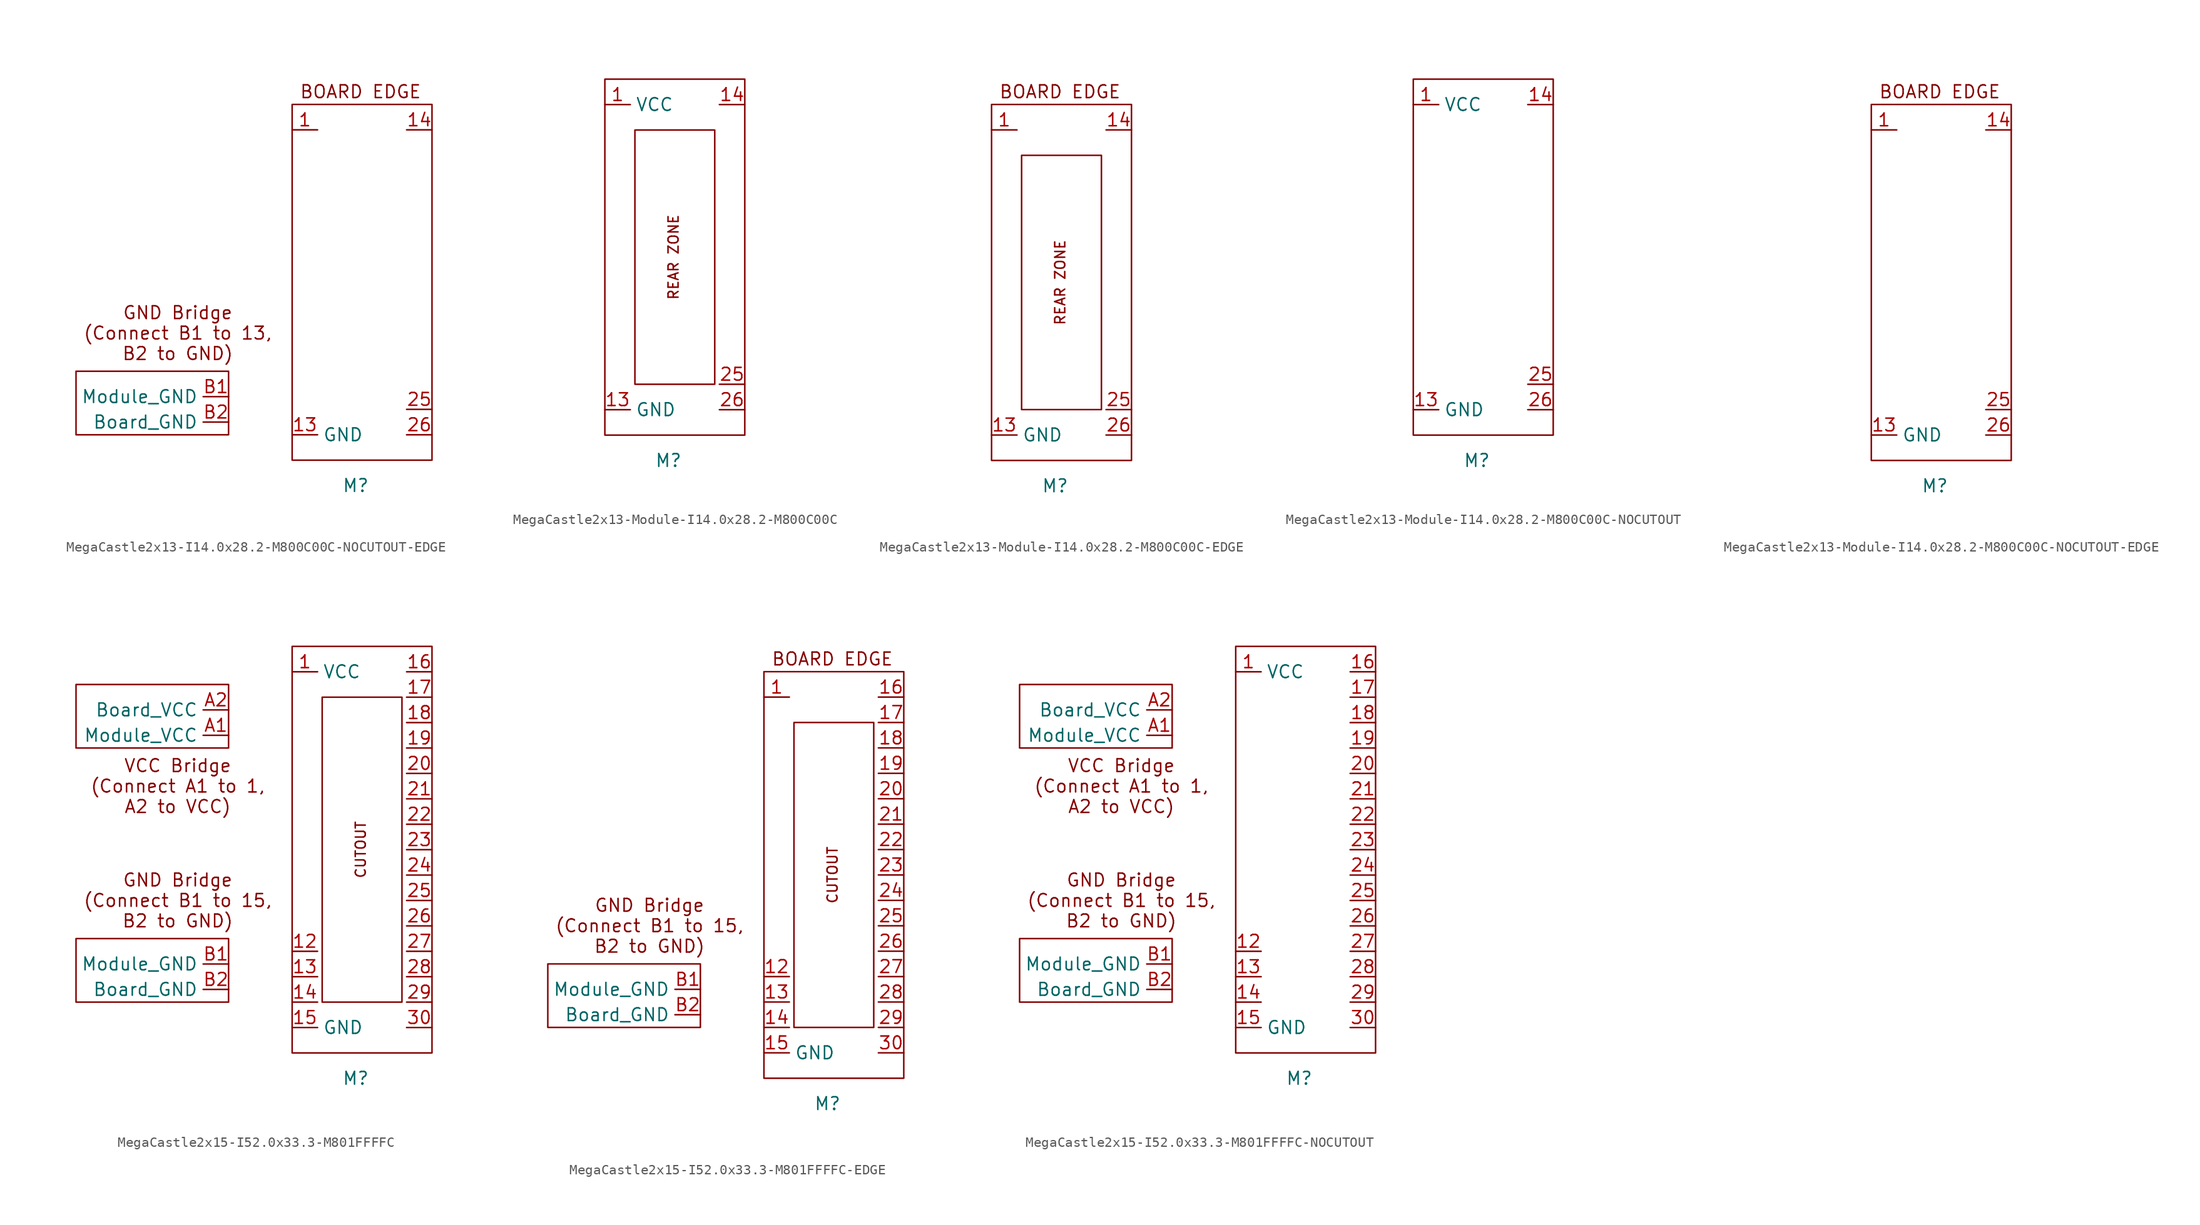
<source format=kicad_sym>
(kicad_symbol_lib
  (version 20231120)
  (generator "kicad_symbol_editor")
  (generator_version "8.0")
  (symbol "MegaCastle2x13-I14.0x28.2-M800C00C-NOCUTOUT-EDGE"
    (property "Reference" "M"
      (at 0 -20.32 0)
      (effects (font (size 1.27 1.27))))
    (property "Value" ""
      (at 0 5.08 0)
      (effects (font (size 1.27 1.27))))
    (symbol "MegaCastle2x13-I14.0x28.2-M800C00C-NOCUTOUT-EDGE_0_1"
      (rectangle (start -27.94 -8.89) (end -12.7 -15.24) (stroke (width 0) (type default)) (fill (type none)))
      (rectangle (start -6.35 17.78) (end 7.62 -17.78) (stroke (width 0) (type default)) (fill (type none))))
    (symbol "MegaCastle2x13-I14.0x28.2-M800C00C-NOCUTOUT-EDGE_1_1"
      (text " BOARD EDGE" (at 0 19.05 0) (effects (font (size 1.27 1.27))))
      (text "GND Bridge\n(Connect B1 to 13,\nB2 to GND)" (at -17.78 -5.08 0) (effects (font (size 1.27 1.27))))
      (pin bidirectional line (at -6.35 15.24 0) (length 2.54) (name "" (effects (font (size 1.27 1.27)))) (number "1" (effects (font (size 1.27 1.27)))))
      (pin bidirectional line (at -6.35 -15.24 0) (length 2.54) (name "GND" (effects (font (size 1.27 1.27)))) (number "13" (effects (font (size 1.27 1.27)))))
      (pin bidirectional line (at 7.62 15.24 180) (length 2.54) (name "" (effects (font (size 1.27 1.27)))) (number "14" (effects (font (size 1.27 1.27)))))
      (pin bidirectional line (at 7.62 -12.7 180) (length 2.54) (name "" (effects (font (size 1.27 1.27)))) (number "25" (effects (font (size 1.27 1.27)))))
      (pin bidirectional line (at 7.62 -15.24 180) (length 2.54) (name "" (effects (font (size 1.27 1.27)))) (number "26" (effects (font (size 1.27 1.27)))))
      (pin bidirectional line (at -12.7 -11.43 180) (length 2.54) (name "Module_GND" (effects (font (size 1.27 1.27)))) (number "B1" (effects (font (size 1.27 1.27)))))
      (pin bidirectional line (at -12.7 -13.97 180) (length 2.54) (name "Board_GND" (effects (font (size 1.27 1.27)))) (number "B2" (effects (font (size 1.27 1.27)))))))
  (symbol "MegaCastle2x13-Module-I14.0x28.2-M800C00C"
    (property "Reference" "M"
      (at 0 -20.32 0)
      (effects (font (size 1.27 1.27))))
    (property "Value" ""
      (at 0 5.08 0)
      (effects (font (size 1.27 1.27))))
    (symbol "MegaCastle2x13-Module-I14.0x28.2-M800C00C_0_1"
      (rectangle (start -6.35 17.78) (end 7.62 -17.78) (stroke (width 0) (type default)) (fill (type none)))
      (rectangle (start -3.35 12.7) (end 4.62 -12.7) (stroke (width 0) (type default)) (fill (type none))))
    (symbol "MegaCastle2x13-Module-I14.0x28.2-M800C00C_1_1"
      (text "REAR ZONE" (at 0.5 0 900) (effects (font (size 1 1))))
      (pin bidirectional line (at -6.35 15.24 0) (length 2.54) (name "VCC" (effects (font (size 1.27 1.27)))) (number "1" (effects (font (size 1.27 1.27)))))
      (pin bidirectional line (at -6.35 -15.24 0) (length 2.54) (name "GND" (effects (font (size 1.27 1.27)))) (number "13" (effects (font (size 1.27 1.27)))))
      (pin bidirectional line (at 7.62 15.24 180) (length 2.54) (name "" (effects (font (size 1.27 1.27)))) (number "14" (effects (font (size 1.27 1.27)))))
      (pin bidirectional line (at 7.62 -12.7 180) (length 2.54) (name "" (effects (font (size 1.27 1.27)))) (number "25" (effects (font (size 1.27 1.27)))))
      (pin bidirectional line (at 7.62 -15.24 180) (length 2.54) (name "" (effects (font (size 1.27 1.27)))) (number "26" (effects (font (size 1.27 1.27)))))))
  (symbol "MegaCastle2x13-Module-I14.0x28.2-M800C00C-EDGE"
    (property "Reference" "M"
      (at 0 -20.32 0)
      (effects (font (size 1.27 1.27))))
    (property "Value" ""
      (at 0 5.08 0)
      (effects (font (size 1.27 1.27))))
    (symbol "MegaCastle2x13-Module-I14.0x28.2-M800C00C-EDGE_0_1"
      (rectangle (start -6.35 17.78) (end 7.62 -17.78) (stroke (width 0) (type default)) (fill (type none)))
      (rectangle (start -3.35 12.7) (end 4.62 -12.7) (stroke (width 0) (type default)) (fill (type none))))
    (symbol "MegaCastle2x13-Module-I14.0x28.2-M800C00C-EDGE_1_1"
      (text " BOARD EDGE" (at 0 19.05 0) (effects (font (size 1.27 1.27))))
      (text "REAR ZONE" (at 0.5 0 900) (effects (font (size 1 1))))
      (pin bidirectional line (at -6.35 15.24 0) (length 2.54) (name "" (effects (font (size 1.27 1.27)))) (number "1" (effects (font (size 1.27 1.27)))))
      (pin bidirectional line (at -6.35 -15.24 0) (length 2.54) (name "GND" (effects (font (size 1.27 1.27)))) (number "13" (effects (font (size 1.27 1.27)))))
      (pin bidirectional line (at 7.62 15.24 180) (length 2.54) (name "" (effects (font (size 1.27 1.27)))) (number "14" (effects (font (size 1.27 1.27)))))
      (pin bidirectional line (at 7.62 -12.7 180) (length 2.54) (name "" (effects (font (size 1.27 1.27)))) (number "25" (effects (font (size 1.27 1.27)))))
      (pin bidirectional line (at 7.62 -15.24 180) (length 2.54) (name "" (effects (font (size 1.27 1.27)))) (number "26" (effects (font (size 1.27 1.27)))))))
  (symbol "MegaCastle2x13-Module-I14.0x28.2-M800C00C-NOCUTOUT"
    (property "Reference" "M"
      (at 0 -20.32 0)
      (effects (font (size 1.27 1.27))))
    (property "Value" ""
      (at 0 5.08 0)
      (effects (font (size 1.27 1.27))))
    (symbol "MegaCastle2x13-Module-I14.0x28.2-M800C00C-NOCUTOUT_0_1"
      (rectangle (start -6.35 17.78) (end 7.62 -17.78) (stroke (width 0) (type default)) (fill (type none))))
    (symbol "MegaCastle2x13-Module-I14.0x28.2-M800C00C-NOCUTOUT_1_1"
      (pin bidirectional line (at -6.35 15.24 0) (length 2.54) (name "VCC" (effects (font (size 1.27 1.27)))) (number "1" (effects (font (size 1.27 1.27)))))
      (pin bidirectional line (at -6.35 -15.24 0) (length 2.54) (name "GND" (effects (font (size 1.27 1.27)))) (number "13" (effects (font (size 1.27 1.27)))))
      (pin bidirectional line (at 7.62 15.24 180) (length 2.54) (name "" (effects (font (size 1.27 1.27)))) (number "14" (effects (font (size 1.27 1.27)))))
      (pin bidirectional line (at 7.62 -12.7 180) (length 2.54) (name "" (effects (font (size 1.27 1.27)))) (number "25" (effects (font (size 1.27 1.27)))))
      (pin bidirectional line (at 7.62 -15.24 180) (length 2.54) (name "" (effects (font (size 1.27 1.27)))) (number "26" (effects (font (size 1.27 1.27)))))))
  (symbol "MegaCastle2x13-Module-I14.0x28.2-M800C00C-NOCUTOUT-EDGE"
    (property "Reference" "M"
      (at 0 -20.32 0)
      (effects (font (size 1.27 1.27))))
    (property "Value" ""
      (at 0 5.08 0)
      (effects (font (size 1.27 1.27))))
    (symbol "MegaCastle2x13-Module-I14.0x28.2-M800C00C-NOCUTOUT-EDGE_0_1"
      (rectangle (start -6.35 17.78) (end 7.62 -17.78) (stroke (width 0) (type default)) (fill (type none))))
    (symbol "MegaCastle2x13-Module-I14.0x28.2-M800C00C-NOCUTOUT-EDGE_1_1"
      (text " BOARD EDGE" (at 0 19.05 0) (effects (font (size 1.27 1.27))))
      (pin bidirectional line (at -6.35 15.24 0) (length 2.54) (name "" (effects (font (size 1.27 1.27)))) (number "1" (effects (font (size 1.27 1.27)))))
      (pin bidirectional line (at -6.35 -15.24 0) (length 2.54) (name "GND" (effects (font (size 1.27 1.27)))) (number "13" (effects (font (size 1.27 1.27)))))
      (pin bidirectional line (at 7.62 15.24 180) (length 2.54) (name "" (effects (font (size 1.27 1.27)))) (number "14" (effects (font (size 1.27 1.27)))))
      (pin bidirectional line (at 7.62 -12.7 180) (length 2.54) (name "" (effects (font (size 1.27 1.27)))) (number "25" (effects (font (size 1.27 1.27)))))
      (pin bidirectional line (at 7.62 -15.24 180) (length 2.54) (name "" (effects (font (size 1.27 1.27)))) (number "26" (effects (font (size 1.27 1.27)))))))
  (symbol "MegaCastle2x15-I52.0x33.3-M801FFFFC"
    (property "Reference" "M"
      (at 0 -22.86 0)
      (effects (font (size 1.27 1.27))))
    (property "Value" ""
      (at 0 5.08 0)
      (effects (font (size 1.27 1.27))))
    (symbol "MegaCastle2x15-I52.0x33.3-M801FFFFC_0_1"
      (rectangle (start -27.94 -8.89) (end -12.7 -15.24) (stroke (width 0) (type default)) (fill (type none)))
      (rectangle (start -27.94 16.51) (end -12.7 10.16) (stroke (width 0) (type default)) (fill (type none)))
      (rectangle (start -6.35 20.32) (end 7.62 -20.32) (stroke (width 0) (type default)) (fill (type none)))
      (rectangle (start -3.35 15.24) (end 4.62 -15.24) (stroke (width 0) (type default)) (fill (type none))))
    (symbol "MegaCastle2x15-I52.0x33.3-M801FFFFC_1_1"
      (text "CUTOUT" (at 0.5 0 900) (effects (font (size 1 1))))
      (text "GND Bridge\n(Connect B1 to 15,\nB2 to GND)" (at -17.78 -5.08 0) (effects (font (size 1.27 1.27))))
      (text "VCC Bridge\n(Connect A1 to 1,\nA2 to VCC)" (at -17.78 6.35 0) (effects (font (size 1.27 1.27))))
      (pin bidirectional line (at -6.35 17.78 0) (length 2.54) (name "VCC" (effects (font (size 1.27 1.27)))) (number "1" (effects (font (size 1.27 1.27)))))
      (pin bidirectional line (at -6.35 -10.16 0) (length 2.54) (name "" (effects (font (size 1.27 1.27)))) (number "12" (effects (font (size 1.27 1.27)))))
      (pin bidirectional line (at -6.35 -12.7 0) (length 2.54) (name "" (effects (font (size 1.27 1.27)))) (number "13" (effects (font (size 1.27 1.27)))))
      (pin bidirectional line (at -6.35 -15.24 0) (length 2.54) (name "" (effects (font (size 1.27 1.27)))) (number "14" (effects (font (size 1.27 1.27)))))
      (pin bidirectional line (at -6.35 -17.78 0) (length 2.54) (name "GND" (effects (font (size 1.27 1.27)))) (number "15" (effects (font (size 1.27 1.27)))))
      (pin bidirectional line (at 7.62 17.78 180) (length 2.54) (name "" (effects (font (size 1.27 1.27)))) (number "16" (effects (font (size 1.27 1.27)))))
      (pin bidirectional line (at 7.62 15.24 180) (length 2.54) (name "" (effects (font (size 1.27 1.27)))) (number "17" (effects (font (size 1.27 1.27)))))
      (pin bidirectional line (at 7.62 12.7 180) (length 2.54) (name "" (effects (font (size 1.27 1.27)))) (number "18" (effects (font (size 1.27 1.27)))))
      (pin bidirectional line (at 7.62 10.16 180) (length 2.54) (name "" (effects (font (size 1.27 1.27)))) (number "19" (effects (font (size 1.27 1.27)))))
      (pin bidirectional line (at 7.62 7.62 180) (length 2.54) (name "" (effects (font (size 1.27 1.27)))) (number "20" (effects (font (size 1.27 1.27)))))
      (pin bidirectional line (at 7.62 5.08 180) (length 2.54) (name "" (effects (font (size 1.27 1.27)))) (number "21" (effects (font (size 1.27 1.27)))))
      (pin bidirectional line (at 7.62 2.54 180) (length 2.54) (name "" (effects (font (size 1.27 1.27)))) (number "22" (effects (font (size 1.27 1.27)))))
      (pin bidirectional line (at 7.62 0 180) (length 2.54) (name "" (effects (font (size 1.27 1.27)))) (number "23" (effects (font (size 1.27 1.27)))))
      (pin bidirectional line (at 7.62 -2.54 180) (length 2.54) (name "" (effects (font (size 1.27 1.27)))) (number "24" (effects (font (size 1.27 1.27)))))
      (pin bidirectional line (at 7.62 -5.08 180) (length 2.54) (name "" (effects (font (size 1.27 1.27)))) (number "25" (effects (font (size 1.27 1.27)))))
      (pin bidirectional line (at 7.62 -7.62 180) (length 2.54) (name "" (effects (font (size 1.27 1.27)))) (number "26" (effects (font (size 1.27 1.27)))))
      (pin bidirectional line (at 7.62 -10.16 180) (length 2.54) (name "" (effects (font (size 1.27 1.27)))) (number "27" (effects (font (size 1.27 1.27)))))
      (pin bidirectional line (at 7.62 -12.7 180) (length 2.54) (name "" (effects (font (size 1.27 1.27)))) (number "28" (effects (font (size 1.27 1.27)))))
      (pin bidirectional line (at 7.62 -15.24 180) (length 2.54) (name "" (effects (font (size 1.27 1.27)))) (number "29" (effects (font (size 1.27 1.27)))))
      (pin bidirectional line (at 7.62 -17.78 180) (length 2.54) (name "" (effects (font (size 1.27 1.27)))) (number "30" (effects (font (size 1.27 1.27)))))
      (pin bidirectional line (at -12.7 11.43 180) (length 2.54) (name "Module_VCC" (effects (font (size 1.27 1.27)))) (number "A1" (effects (font (size 1.27 1.27)))))
      (pin bidirectional line (at -12.7 13.97 180) (length 2.54) (name "Board_VCC" (effects (font (size 1.27 1.27)))) (number "A2" (effects (font (size 1.27 1.27)))))
      (pin bidirectional line (at -12.7 -11.43 180) (length 2.54) (name "Module_GND" (effects (font (size 1.27 1.27)))) (number "B1" (effects (font (size 1.27 1.27)))))
      (pin bidirectional line (at -12.7 -13.97 180) (length 2.54) (name "Board_GND" (effects (font (size 1.27 1.27)))) (number "B2" (effects (font (size 1.27 1.27)))))))
  (symbol "MegaCastle2x15-I52.0x33.3-M801FFFFC-EDGE"
    (property "Reference" "M"
      (at 0 -22.86 0)
      (effects (font (size 1.27 1.27))))
    (property "Value" ""
      (at 0 5.08 0)
      (effects (font (size 1.27 1.27))))
    (symbol "MegaCastle2x15-I52.0x33.3-M801FFFFC-EDGE_0_1"
      (rectangle (start -27.94 -8.89) (end -12.7 -15.24) (stroke (width 0) (type default)) (fill (type none)))
      (rectangle (start -6.35 20.32) (end 7.62 -20.32) (stroke (width 0) (type default)) (fill (type none)))
      (rectangle (start -3.35 15.24) (end 4.62 -15.24) (stroke (width 0) (type default)) (fill (type none))))
    (symbol "MegaCastle2x15-I52.0x33.3-M801FFFFC-EDGE_1_1"
      (text " BOARD EDGE" (at 0 21.59 0) (effects (font (size 1.27 1.27))))
      (text "CUTOUT" (at 0.5 0 900) (effects (font (size 1 1))))
      (text "GND Bridge\n(Connect B1 to 15,\nB2 to GND)" (at -17.78 -5.08 0) (effects (font (size 1.27 1.27))))
      (pin bidirectional line (at -6.35 17.78 0) (length 2.54) (name "" (effects (font (size 1.27 1.27)))) (number "1" (effects (font (size 1.27 1.27)))))
      (pin bidirectional line (at -6.35 -10.16 0) (length 2.54) (name "" (effects (font (size 1.27 1.27)))) (number "12" (effects (font (size 1.27 1.27)))))
      (pin bidirectional line (at -6.35 -12.7 0) (length 2.54) (name "" (effects (font (size 1.27 1.27)))) (number "13" (effects (font (size 1.27 1.27)))))
      (pin bidirectional line (at -6.35 -15.24 0) (length 2.54) (name "" (effects (font (size 1.27 1.27)))) (number "14" (effects (font (size 1.27 1.27)))))
      (pin bidirectional line (at -6.35 -17.78 0) (length 2.54) (name "GND" (effects (font (size 1.27 1.27)))) (number "15" (effects (font (size 1.27 1.27)))))
      (pin bidirectional line (at 7.62 17.78 180) (length 2.54) (name "" (effects (font (size 1.27 1.27)))) (number "16" (effects (font (size 1.27 1.27)))))
      (pin bidirectional line (at 7.62 15.24 180) (length 2.54) (name "" (effects (font (size 1.27 1.27)))) (number "17" (effects (font (size 1.27 1.27)))))
      (pin bidirectional line (at 7.62 12.7 180) (length 2.54) (name "" (effects (font (size 1.27 1.27)))) (number "18" (effects (font (size 1.27 1.27)))))
      (pin bidirectional line (at 7.62 10.16 180) (length 2.54) (name "" (effects (font (size 1.27 1.27)))) (number "19" (effects (font (size 1.27 1.27)))))
      (pin bidirectional line (at 7.62 7.62 180) (length 2.54) (name "" (effects (font (size 1.27 1.27)))) (number "20" (effects (font (size 1.27 1.27)))))
      (pin bidirectional line (at 7.62 5.08 180) (length 2.54) (name "" (effects (font (size 1.27 1.27)))) (number "21" (effects (font (size 1.27 1.27)))))
      (pin bidirectional line (at 7.62 2.54 180) (length 2.54) (name "" (effects (font (size 1.27 1.27)))) (number "22" (effects (font (size 1.27 1.27)))))
      (pin bidirectional line (at 7.62 0 180) (length 2.54) (name "" (effects (font (size 1.27 1.27)))) (number "23" (effects (font (size 1.27 1.27)))))
      (pin bidirectional line (at 7.62 -2.54 180) (length 2.54) (name "" (effects (font (size 1.27 1.27)))) (number "24" (effects (font (size 1.27 1.27)))))
      (pin bidirectional line (at 7.62 -5.08 180) (length 2.54) (name "" (effects (font (size 1.27 1.27)))) (number "25" (effects (font (size 1.27 1.27)))))
      (pin bidirectional line (at 7.62 -7.62 180) (length 2.54) (name "" (effects (font (size 1.27 1.27)))) (number "26" (effects (font (size 1.27 1.27)))))
      (pin bidirectional line (at 7.62 -10.16 180) (length 2.54) (name "" (effects (font (size 1.27 1.27)))) (number "27" (effects (font (size 1.27 1.27)))))
      (pin bidirectional line (at 7.62 -12.7 180) (length 2.54) (name "" (effects (font (size 1.27 1.27)))) (number "28" (effects (font (size 1.27 1.27)))))
      (pin bidirectional line (at 7.62 -15.24 180) (length 2.54) (name "" (effects (font (size 1.27 1.27)))) (number "29" (effects (font (size 1.27 1.27)))))
      (pin bidirectional line (at 7.62 -17.78 180) (length 2.54) (name "" (effects (font (size 1.27 1.27)))) (number "30" (effects (font (size 1.27 1.27)))))
      (pin bidirectional line (at -12.7 -11.43 180) (length 2.54) (name "Module_GND" (effects (font (size 1.27 1.27)))) (number "B1" (effects (font (size 1.27 1.27)))))
      (pin bidirectional line (at -12.7 -13.97 180) (length 2.54) (name "Board_GND" (effects (font (size 1.27 1.27)))) (number "B2" (effects (font (size 1.27 1.27)))))))
  (symbol "MegaCastle2x15-I52.0x33.3-M801FFFFC-NOCUTOUT"
    (property "Reference" "M"
      (at 0 -22.86 0)
      (effects (font (size 1.27 1.27))))
    (property "Value" ""
      (at 0 5.08 0)
      (effects (font (size 1.27 1.27))))
    (symbol "MegaCastle2x15-I52.0x33.3-M801FFFFC-NOCUTOUT_0_1"
      (rectangle (start -27.94 -8.89) (end -12.7 -15.24) (stroke (width 0) (type default)) (fill (type none)))
      (rectangle (start -27.94 16.51) (end -12.7 10.16) (stroke (width 0) (type default)) (fill (type none)))
      (rectangle (start -6.35 20.32) (end 7.62 -20.32) (stroke (width 0) (type default)) (fill (type none))))
    (symbol "MegaCastle2x15-I52.0x33.3-M801FFFFC-NOCUTOUT_1_1"
      (text "GND Bridge\n(Connect B1 to 15,\nB2 to GND)" (at -17.78 -5.08 0) (effects (font (size 1.27 1.27))))
      (text "VCC Bridge\n(Connect A1 to 1,\nA2 to VCC)" (at -17.78 6.35 0) (effects (font (size 1.27 1.27))))
      (pin bidirectional line (at -6.35 17.78 0) (length 2.54) (name "VCC" (effects (font (size 1.27 1.27)))) (number "1" (effects (font (size 1.27 1.27)))))
      (pin bidirectional line (at -6.35 -10.16 0) (length 2.54) (name "" (effects (font (size 1.27 1.27)))) (number "12" (effects (font (size 1.27 1.27)))))
      (pin bidirectional line (at -6.35 -12.7 0) (length 2.54) (name "" (effects (font (size 1.27 1.27)))) (number "13" (effects (font (size 1.27 1.27)))))
      (pin bidirectional line (at -6.35 -15.24 0) (length 2.54) (name "" (effects (font (size 1.27 1.27)))) (number "14" (effects (font (size 1.27 1.27)))))
      (pin bidirectional line (at -6.35 -17.78 0) (length 2.54) (name "GND" (effects (font (size 1.27 1.27)))) (number "15" (effects (font (size 1.27 1.27)))))
      (pin bidirectional line (at 7.62 17.78 180) (length 2.54) (name "" (effects (font (size 1.27 1.27)))) (number "16" (effects (font (size 1.27 1.27)))))
      (pin bidirectional line (at 7.62 15.24 180) (length 2.54) (name "" (effects (font (size 1.27 1.27)))) (number "17" (effects (font (size 1.27 1.27)))))
      (pin bidirectional line (at 7.62 12.7 180) (length 2.54) (name "" (effects (font (size 1.27 1.27)))) (number "18" (effects (font (size 1.27 1.27)))))
      (pin bidirectional line (at 7.62 10.16 180) (length 2.54) (name "" (effects (font (size 1.27 1.27)))) (number "19" (effects (font (size 1.27 1.27)))))
      (pin bidirectional line (at 7.62 7.62 180) (length 2.54) (name "" (effects (font (size 1.27 1.27)))) (number "20" (effects (font (size 1.27 1.27)))))
      (pin bidirectional line (at 7.62 5.08 180) (length 2.54) (name "" (effects (font (size 1.27 1.27)))) (number "21" (effects (font (size 1.27 1.27)))))
      (pin bidirectional line (at 7.62 2.54 180) (length 2.54) (name "" (effects (font (size 1.27 1.27)))) (number "22" (effects (font (size 1.27 1.27)))))
      (pin bidirectional line (at 7.62 0 180) (length 2.54) (name "" (effects (font (size 1.27 1.27)))) (number "23" (effects (font (size 1.27 1.27)))))
      (pin bidirectional line (at 7.62 -2.54 180) (length 2.54) (name "" (effects (font (size 1.27 1.27)))) (number "24" (effects (font (size 1.27 1.27)))))
      (pin bidirectional line (at 7.62 -5.08 180) (length 2.54) (name "" (effects (font (size 1.27 1.27)))) (number "25" (effects (font (size 1.27 1.27)))))
      (pin bidirectional line (at 7.62 -7.62 180) (length 2.54) (name "" (effects (font (size 1.27 1.27)))) (number "26" (effects (font (size 1.27 1.27)))))
      (pin bidirectional line (at 7.62 -10.16 180) (length 2.54) (name "" (effects (font (size 1.27 1.27)))) (number "27" (effects (font (size 1.27 1.27)))))
      (pin bidirectional line (at 7.62 -12.7 180) (length 2.54) (name "" (effects (font (size 1.27 1.27)))) (number "28" (effects (font (size 1.27 1.27)))))
      (pin bidirectional line (at 7.62 -15.24 180) (length 2.54) (name "" (effects (font (size 1.27 1.27)))) (number "29" (effects (font (size 1.27 1.27)))))
      (pin bidirectional line (at 7.62 -17.78 180) (length 2.54) (name "" (effects (font (size 1.27 1.27)))) (number "30" (effects (font (size 1.27 1.27)))))
      (pin bidirectional line (at -12.7 11.43 180) (length 2.54) (name "Module_VCC" (effects (font (size 1.27 1.27)))) (number "A1" (effects (font (size 1.27 1.27)))))
      (pin bidirectional line (at -12.7 13.97 180) (length 2.54) (name "Board_VCC" (effects (font (size 1.27 1.27)))) (number "A2" (effects (font (size 1.27 1.27)))))
      (pin bidirectional line (at -12.7 -11.43 180) (length 2.54) (name "Module_GND" (effects (font (size 1.27 1.27)))) (number "B1" (effects (font (size 1.27 1.27)))))
      (pin bidirectional line (at -12.7 -13.97 180) (length 2.54) (name "Board_GND" (effects (font (size 1.27 1.27)))) (number "B2" (effects (font (size 1.27 1.27))))))))
</source>
